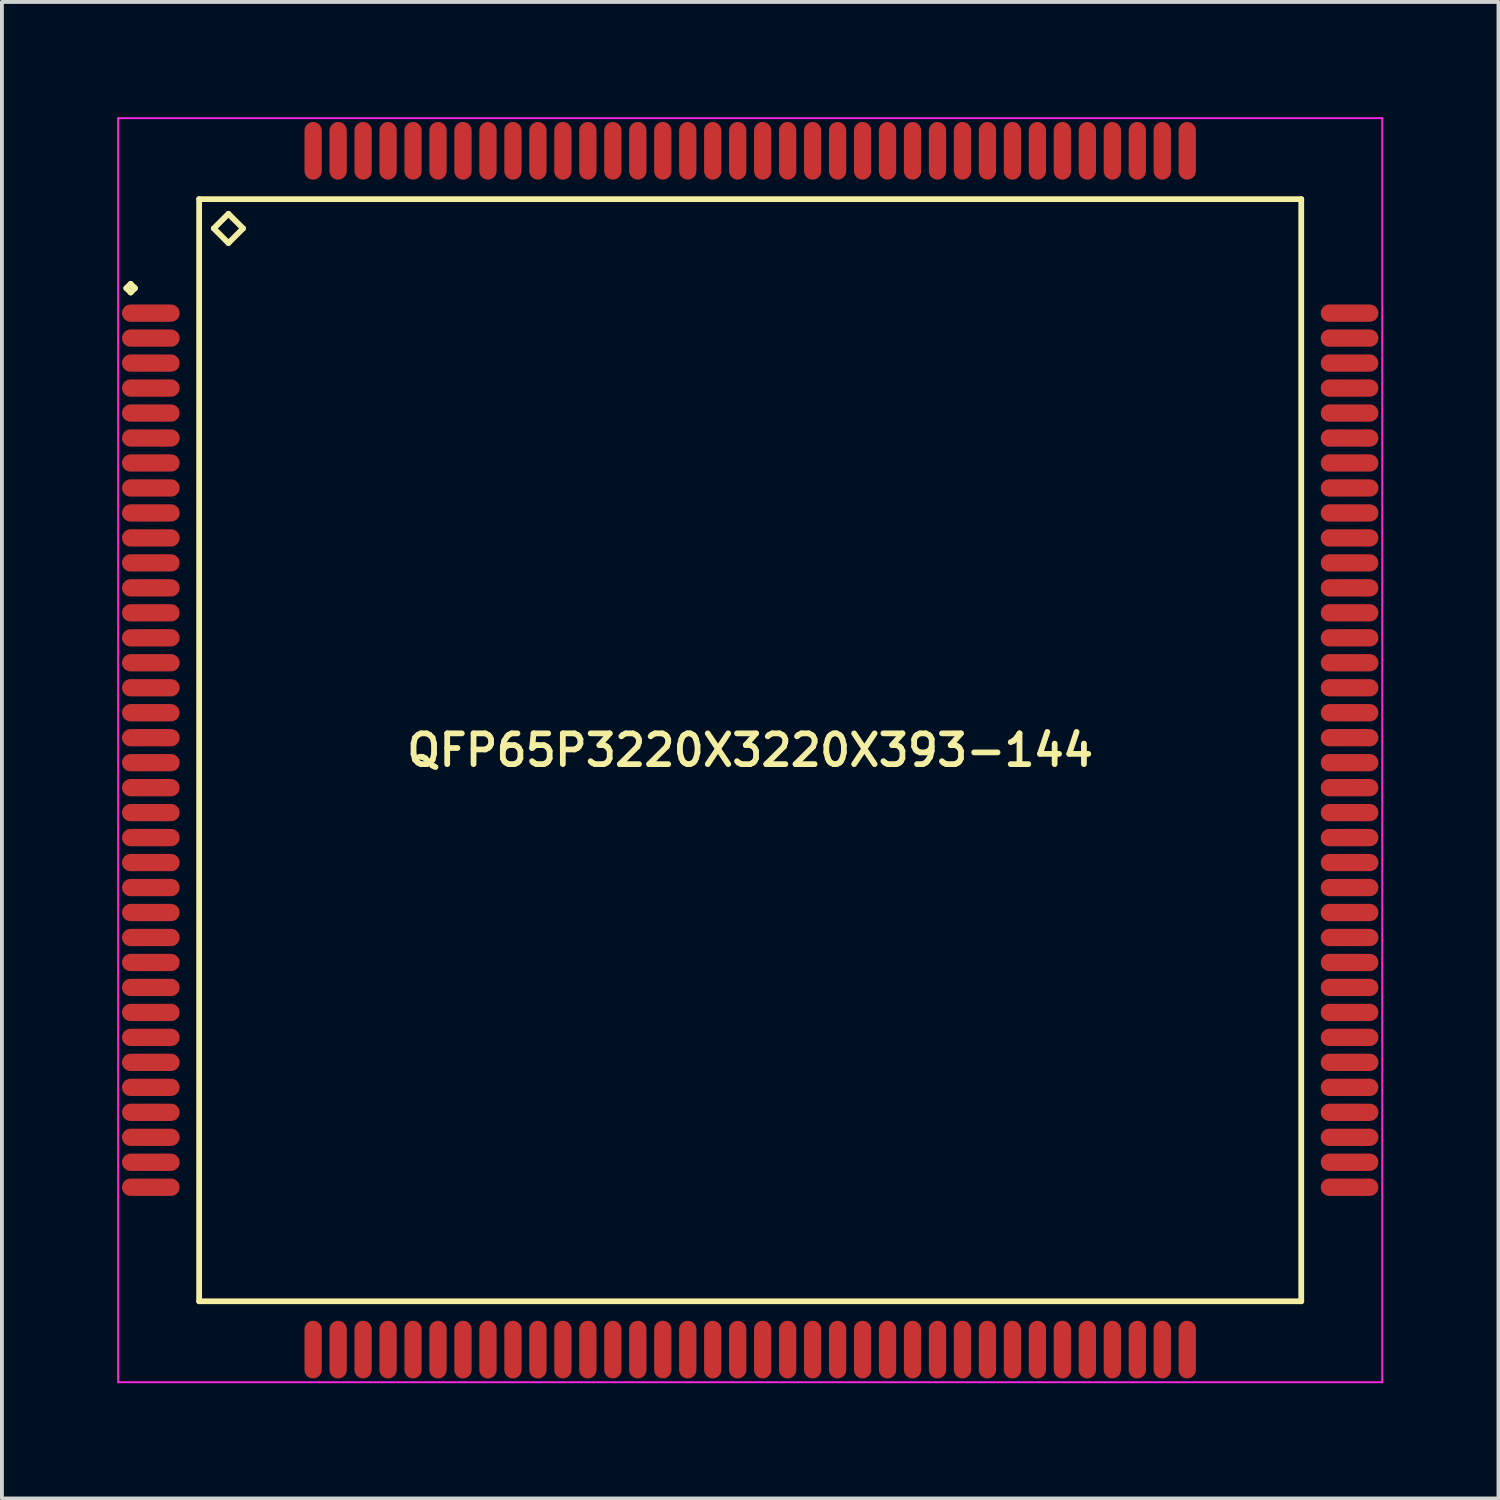
<source format=kicad_pcb>
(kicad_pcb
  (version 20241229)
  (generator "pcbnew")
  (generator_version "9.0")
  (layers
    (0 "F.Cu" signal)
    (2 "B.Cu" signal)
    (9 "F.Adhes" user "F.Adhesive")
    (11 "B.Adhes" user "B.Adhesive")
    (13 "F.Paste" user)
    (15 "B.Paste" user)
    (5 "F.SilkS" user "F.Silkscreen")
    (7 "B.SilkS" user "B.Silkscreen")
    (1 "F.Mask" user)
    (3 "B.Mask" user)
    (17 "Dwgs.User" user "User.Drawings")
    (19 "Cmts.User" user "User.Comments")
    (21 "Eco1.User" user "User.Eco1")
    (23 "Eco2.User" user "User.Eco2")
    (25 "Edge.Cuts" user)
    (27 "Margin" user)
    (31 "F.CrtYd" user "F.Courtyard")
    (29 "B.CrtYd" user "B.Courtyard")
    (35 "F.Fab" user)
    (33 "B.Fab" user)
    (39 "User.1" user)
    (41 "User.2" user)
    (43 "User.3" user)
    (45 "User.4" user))
  (footprint "QFP65P3220X3220X393-144"
    (layer "F.Cu")
    (at 16.475 16.475)
    (property "Reference" "QFP65P3220X3220X393-144" (at 0 0 0) (layer "F.SilkS") (effects (font (size 0.8 0.8) (thickness 0.15))))
    (attr smd)
    (fp_line (start -16.238 -12.025) (end -16.125 -12.137) (stroke (width 0.15) (type solid)) (layer "F.SilkS"))
    (fp_line (start -16.125 -12.137) (end -16.012 -12.025) (stroke (width 0.15) (type solid)) (layer "F.SilkS"))
    (fp_line (start -16.125 -11.912) (end -16.238 -12.025) (stroke (width 0.15) (type solid)) (layer "F.SilkS"))
    (fp_line (start -16.012 -12.025) (end -16.125 -11.912) (stroke (width 0.15) (type solid)) (layer "F.SilkS"))
    (fp_line (start -14.342 -14.342) (end -14.342 14.342) (stroke (width 0.15) (type solid)) (layer "F.SilkS"))
    (fp_line (start -14.342 14.342) (end 14.342 14.342) (stroke (width 0.15) (type solid)) (layer "F.SilkS"))
    (fp_line (start -13.961 -13.58) (end -13.58 -13.961) (stroke (width 0.15) (type solid)) (layer "F.SilkS"))
    (fp_line (start -13.58 -13.961) (end -13.199 -13.58) (stroke (width 0.15) (type solid)) (layer "F.SilkS"))
    (fp_line (start -13.58 -13.199) (end -13.961 -13.58) (stroke (width 0.15) (type solid)) (layer "F.SilkS"))
    (fp_line (start -13.199 -13.58) (end -13.58 -13.199) (stroke (width 0.15) (type solid)) (layer "F.SilkS"))
    (fp_line (start 14.342 -14.342) (end -14.342 -14.342) (stroke (width 0.15) (type solid)) (layer "F.SilkS"))
    (fp_line (start 14.342 14.342) (end 14.342 -14.342) (stroke (width 0.15) (type solid)) (layer "F.SilkS"))
    (fp_line (start -16.45 -16.45) (end 16.45 -16.45) (stroke (width 0.05) (type solid)) (layer "F.CrtYd"))
    (fp_line (start -16.45 16.45) (end -16.45 -16.45) (stroke (width 0.05) (type solid)) (layer "F.CrtYd"))
    (fp_line (start 16.45 -16.45) (end 16.45 16.45) (stroke (width 0.05) (type solid)) (layer "F.CrtYd"))
    (fp_line (start 16.45 16.45) (end -16.45 16.45) (stroke (width 0.05) (type solid)) (layer "F.CrtYd"))
    (pad "1" smd oval (at -15.6 -11.375) (size 1.5 0.45) (layers "F.Cu" "F.Mask" "F.Paste"))
    (pad "2" smd oval (at -15.6 -10.725) (size 1.5 0.45) (layers "F.Cu" "F.Mask" "F.Paste"))
    (pad "3" smd oval (at -15.6 -10.075) (size 1.5 0.45) (layers "F.Cu" "F.Mask" "F.Paste"))
    (pad "4" smd oval (at -15.6 -9.425) (size 1.5 0.45) (layers "F.Cu" "F.Mask" "F.Paste"))
    (pad "5" smd oval (at -15.6 -8.775) (size 1.5 0.45) (layers "F.Cu" "F.Mask" "F.Paste"))
    (pad "6" smd oval (at -15.6 -8.125) (size 1.5 0.45) (layers "F.Cu" "F.Mask" "F.Paste"))
    (pad "7" smd oval (at -15.6 -7.475) (size 1.5 0.45) (layers "F.Cu" "F.Mask" "F.Paste"))
    (pad "8" smd oval (at -15.6 -6.825) (size 1.5 0.45) (layers "F.Cu" "F.Mask" "F.Paste"))
    (pad "9" smd oval (at -15.6 -6.175) (size 1.5 0.45) (layers "F.Cu" "F.Mask" "F.Paste"))
    (pad "10" smd oval (at -15.6 -5.525) (size 1.5 0.45) (layers "F.Cu" "F.Mask" "F.Paste"))
    (pad "11" smd oval (at -15.6 -4.875) (size 1.5 0.45) (layers "F.Cu" "F.Mask" "F.Paste"))
    (pad "12" smd oval (at -15.6 -4.225) (size 1.5 0.45) (layers "F.Cu" "F.Mask" "F.Paste"))
    (pad "13" smd oval (at -15.6 -3.575) (size 1.5 0.45) (layers "F.Cu" "F.Mask" "F.Paste"))
    (pad "14" smd oval (at -15.6 -2.925) (size 1.5 0.45) (layers "F.Cu" "F.Mask" "F.Paste"))
    (pad "15" smd oval (at -15.6 -2.275) (size 1.5 0.45) (layers "F.Cu" "F.Mask" "F.Paste"))
    (pad "16" smd oval (at -15.6 -1.625) (size 1.5 0.45) (layers "F.Cu" "F.Mask" "F.Paste"))
    (pad "17" smd oval (at -15.6 -0.975) (size 1.5 0.45) (layers "F.Cu" "F.Mask" "F.Paste"))
    (pad "18" smd oval (at -15.6 -0.325) (size 1.5 0.45) (layers "F.Cu" "F.Mask" "F.Paste"))
    (pad "19" smd oval (at -15.6 0.325) (size 1.5 0.45) (layers "F.Cu" "F.Mask" "F.Paste"))
    (pad "20" smd oval (at -15.6 0.975) (size 1.5 0.45) (layers "F.Cu" "F.Mask" "F.Paste"))
    (pad "21" smd oval (at -15.6 1.625) (size 1.5 0.45) (layers "F.Cu" "F.Mask" "F.Paste"))
    (pad "22" smd oval (at -15.6 2.275) (size 1.5 0.45) (layers "F.Cu" "F.Mask" "F.Paste"))
    (pad "23" smd oval (at -15.6 2.925) (size 1.5 0.45) (layers "F.Cu" "F.Mask" "F.Paste"))
    (pad "24" smd oval (at -15.6 3.575) (size 1.5 0.45) (layers "F.Cu" "F.Mask" "F.Paste"))
    (pad "25" smd oval (at -15.6 4.225) (size 1.5 0.45) (layers "F.Cu" "F.Mask" "F.Paste"))
    (pad "26" smd oval (at -15.6 4.875) (size 1.5 0.45) (layers "F.Cu" "F.Mask" "F.Paste"))
    (pad "27" smd oval (at -15.6 5.525) (size 1.5 0.45) (layers "F.Cu" "F.Mask" "F.Paste"))
    (pad "28" smd oval (at -15.6 6.175) (size 1.5 0.45) (layers "F.Cu" "F.Mask" "F.Paste"))
    (pad "29" smd oval (at -15.6 6.825) (size 1.5 0.45) (layers "F.Cu" "F.Mask" "F.Paste"))
    (pad "30" smd oval (at -15.6 7.475) (size 1.5 0.45) (layers "F.Cu" "F.Mask" "F.Paste"))
    (pad "31" smd oval (at -15.6 8.125) (size 1.5 0.45) (layers "F.Cu" "F.Mask" "F.Paste"))
    (pad "32" smd oval (at -15.6 8.775) (size 1.5 0.45) (layers "F.Cu" "F.Mask" "F.Paste"))
    (pad "33" smd oval (at -15.6 9.425) (size 1.5 0.45) (layers "F.Cu" "F.Mask" "F.Paste"))
    (pad "34" smd oval (at -15.6 10.075) (size 1.5 0.45) (layers "F.Cu" "F.Mask" "F.Paste"))
    (pad "35" smd oval (at -15.6 10.725) (size 1.5 0.45) (layers "F.Cu" "F.Mask" "F.Paste"))
    (pad "36" smd oval (at -15.6 11.375) (size 1.5 0.45) (layers "F.Cu" "F.Mask" "F.Paste"))
    (pad "37" smd oval (at -11.375 15.6) (size 0.45 1.5) (layers "F.Cu" "F.Mask" "F.Paste"))
    (pad "38" smd oval (at -10.725 15.6) (size 0.45 1.5) (layers "F.Cu" "F.Mask" "F.Paste"))
    (pad "39" smd oval (at -10.075 15.6) (size 0.45 1.5) (layers "F.Cu" "F.Mask" "F.Paste"))
    (pad "40" smd oval (at -9.425 15.6) (size 0.45 1.5) (layers "F.Cu" "F.Mask" "F.Paste"))
    (pad "41" smd oval (at -8.775 15.6) (size 0.45 1.5) (layers "F.Cu" "F.Mask" "F.Paste"))
    (pad "42" smd oval (at -8.125 15.6) (size 0.45 1.5) (layers "F.Cu" "F.Mask" "F.Paste"))
    (pad "43" smd oval (at -7.475 15.6) (size 0.45 1.5) (layers "F.Cu" "F.Mask" "F.Paste"))
    (pad "44" smd oval (at -6.825 15.6) (size 0.45 1.5) (layers "F.Cu" "F.Mask" "F.Paste"))
    (pad "45" smd oval (at -6.175 15.6) (size 0.45 1.5) (layers "F.Cu" "F.Mask" "F.Paste"))
    (pad "46" smd oval (at -5.525 15.6) (size 0.45 1.5) (layers "F.Cu" "F.Mask" "F.Paste"))
    (pad "47" smd oval (at -4.875 15.6) (size 0.45 1.5) (layers "F.Cu" "F.Mask" "F.Paste"))
    (pad "48" smd oval (at -4.225 15.6) (size 0.45 1.5) (layers "F.Cu" "F.Mask" "F.Paste"))
    (pad "49" smd oval (at -3.575 15.6) (size 0.45 1.5) (layers "F.Cu" "F.Mask" "F.Paste"))
    (pad "50" smd oval (at -2.925 15.6) (size 0.45 1.5) (layers "F.Cu" "F.Mask" "F.Paste"))
    (pad "51" smd oval (at -2.275 15.6) (size 0.45 1.5) (layers "F.Cu" "F.Mask" "F.Paste"))
    (pad "52" smd oval (at -1.625 15.6) (size 0.45 1.5) (layers "F.Cu" "F.Mask" "F.Paste"))
    (pad "53" smd oval (at -0.975 15.6) (size 0.45 1.5) (layers "F.Cu" "F.Mask" "F.Paste"))
    (pad "54" smd oval (at -0.325 15.6) (size 0.45 1.5) (layers "F.Cu" "F.Mask" "F.Paste"))
    (pad "55" smd oval (at 0.325 15.6) (size 0.45 1.5) (layers "F.Cu" "F.Mask" "F.Paste"))
    (pad "56" smd oval (at 0.975 15.6) (size 0.45 1.5) (layers "F.Cu" "F.Mask" "F.Paste"))
    (pad "57" smd oval (at 1.625 15.6) (size 0.45 1.5) (layers "F.Cu" "F.Mask" "F.Paste"))
    (pad "58" smd oval (at 2.275 15.6) (size 0.45 1.5) (layers "F.Cu" "F.Mask" "F.Paste"))
    (pad "59" smd oval (at 2.925 15.6) (size 0.45 1.5) (layers "F.Cu" "F.Mask" "F.Paste"))
    (pad "60" smd oval (at 3.575 15.6) (size 0.45 1.5) (layers "F.Cu" "F.Mask" "F.Paste"))
    (pad "61" smd oval (at 4.225 15.6) (size 0.45 1.5) (layers "F.Cu" "F.Mask" "F.Paste"))
    (pad "62" smd oval (at 4.875 15.6) (size 0.45 1.5) (layers "F.Cu" "F.Mask" "F.Paste"))
    (pad "63" smd oval (at 5.525 15.6) (size 0.45 1.5) (layers "F.Cu" "F.Mask" "F.Paste"))
    (pad "64" smd oval (at 6.175 15.6) (size 0.45 1.5) (layers "F.Cu" "F.Mask" "F.Paste"))
    (pad "65" smd oval (at 6.825 15.6) (size 0.45 1.5) (layers "F.Cu" "F.Mask" "F.Paste"))
    (pad "66" smd oval (at 7.475 15.6) (size 0.45 1.5) (layers "F.Cu" "F.Mask" "F.Paste"))
    (pad "67" smd oval (at 8.125 15.6) (size 0.45 1.5) (layers "F.Cu" "F.Mask" "F.Paste"))
    (pad "68" smd oval (at 8.775 15.6) (size 0.45 1.5) (layers "F.Cu" "F.Mask" "F.Paste"))
    (pad "69" smd oval (at 9.425 15.6) (size 0.45 1.5) (layers "F.Cu" "F.Mask" "F.Paste"))
    (pad "70" smd oval (at 10.075 15.6) (size 0.45 1.5) (layers "F.Cu" "F.Mask" "F.Paste"))
    (pad "71" smd oval (at 10.725 15.6) (size 0.45 1.5) (layers "F.Cu" "F.Mask" "F.Paste"))
    (pad "72" smd oval (at 11.375 15.6) (size 0.45 1.5) (layers "F.Cu" "F.Mask" "F.Paste"))
    (pad "73" smd oval (at 15.6 11.375) (size 1.5 0.45) (layers "F.Cu" "F.Mask" "F.Paste"))
    (pad "74" smd oval (at 15.6 10.725) (size 1.5 0.45) (layers "F.Cu" "F.Mask" "F.Paste"))
    (pad "75" smd oval (at 15.6 10.075) (size 1.5 0.45) (layers "F.Cu" "F.Mask" "F.Paste"))
    (pad "76" smd oval (at 15.6 9.425) (size 1.5 0.45) (layers "F.Cu" "F.Mask" "F.Paste"))
    (pad "77" smd oval (at 15.6 8.775) (size 1.5 0.45) (layers "F.Cu" "F.Mask" "F.Paste"))
    (pad "78" smd oval (at 15.6 8.125) (size 1.5 0.45) (layers "F.Cu" "F.Mask" "F.Paste"))
    (pad "79" smd oval (at 15.6 7.475) (size 1.5 0.45) (layers "F.Cu" "F.Mask" "F.Paste"))
    (pad "80" smd oval (at 15.6 6.825) (size 1.5 0.45) (layers "F.Cu" "F.Mask" "F.Paste"))
    (pad "81" smd oval (at 15.6 6.175) (size 1.5 0.45) (layers "F.Cu" "F.Mask" "F.Paste"))
    (pad "82" smd oval (at 15.6 5.525) (size 1.5 0.45) (layers "F.Cu" "F.Mask" "F.Paste"))
    (pad "83" smd oval (at 15.6 4.875) (size 1.5 0.45) (layers "F.Cu" "F.Mask" "F.Paste"))
    (pad "84" smd oval (at 15.6 4.225) (size 1.5 0.45) (layers "F.Cu" "F.Mask" "F.Paste"))
    (pad "85" smd oval (at 15.6 3.575) (size 1.5 0.45) (layers "F.Cu" "F.Mask" "F.Paste"))
    (pad "86" smd oval (at 15.6 2.925) (size 1.5 0.45) (layers "F.Cu" "F.Mask" "F.Paste"))
    (pad "87" smd oval (at 15.6 2.275) (size 1.5 0.45) (layers "F.Cu" "F.Mask" "F.Paste"))
    (pad "88" smd oval (at 15.6 1.625) (size 1.5 0.45) (layers "F.Cu" "F.Mask" "F.Paste"))
    (pad "89" smd oval (at 15.6 0.975) (size 1.5 0.45) (layers "F.Cu" "F.Mask" "F.Paste"))
    (pad "90" smd oval (at 15.6 0.325) (size 1.5 0.45) (layers "F.Cu" "F.Mask" "F.Paste"))
    (pad "91" smd oval (at 15.6 -0.325) (size 1.5 0.45) (layers "F.Cu" "F.Mask" "F.Paste"))
    (pad "92" smd oval (at 15.6 -0.975) (size 1.5 0.45) (layers "F.Cu" "F.Mask" "F.Paste"))
    (pad "93" smd oval (at 15.6 -1.625) (size 1.5 0.45) (layers "F.Cu" "F.Mask" "F.Paste"))
    (pad "94" smd oval (at 15.6 -2.275) (size 1.5 0.45) (layers "F.Cu" "F.Mask" "F.Paste"))
    (pad "95" smd oval (at 15.6 -2.925) (size 1.5 0.45) (layers "F.Cu" "F.Mask" "F.Paste"))
    (pad "96" smd oval (at 15.6 -3.575) (size 1.5 0.45) (layers "F.Cu" "F.Mask" "F.Paste"))
    (pad "97" smd oval (at 15.6 -4.225) (size 1.5 0.45) (layers "F.Cu" "F.Mask" "F.Paste"))
    (pad "98" smd oval (at 15.6 -4.875) (size 1.5 0.45) (layers "F.Cu" "F.Mask" "F.Paste"))
    (pad "99" smd oval (at 15.6 -5.525) (size 1.5 0.45) (layers "F.Cu" "F.Mask" "F.Paste"))
    (pad "100" smd oval (at 15.6 -6.175) (size 1.5 0.45) (layers "F.Cu" "F.Mask" "F.Paste"))
    (pad "101" smd oval (at 15.6 -6.825) (size 1.5 0.45) (layers "F.Cu" "F.Mask" "F.Paste"))
    (pad "102" smd oval (at 15.6 -7.475) (size 1.5 0.45) (layers "F.Cu" "F.Mask" "F.Paste"))
    (pad "103" smd oval (at 15.6 -8.125) (size 1.5 0.45) (layers "F.Cu" "F.Mask" "F.Paste"))
    (pad "104" smd oval (at 15.6 -8.775) (size 1.5 0.45) (layers "F.Cu" "F.Mask" "F.Paste"))
    (pad "105" smd oval (at 15.6 -9.425) (size 1.5 0.45) (layers "F.Cu" "F.Mask" "F.Paste"))
    (pad "106" smd oval (at 15.6 -10.075) (size 1.5 0.45) (layers "F.Cu" "F.Mask" "F.Paste"))
    (pad "107" smd oval (at 15.6 -10.725) (size 1.5 0.45) (layers "F.Cu" "F.Mask" "F.Paste"))
    (pad "108" smd oval (at 15.6 -11.375) (size 1.5 0.45) (layers "F.Cu" "F.Mask" "F.Paste"))
    (pad "109" smd oval (at 11.375 -15.6) (size 0.45 1.5) (layers "F.Cu" "F.Mask" "F.Paste"))
    (pad "110" smd oval (at 10.725 -15.6) (size 0.45 1.5) (layers "F.Cu" "F.Mask" "F.Paste"))
    (pad "111" smd oval (at 10.075 -15.6) (size 0.45 1.5) (layers "F.Cu" "F.Mask" "F.Paste"))
    (pad "112" smd oval (at 9.425 -15.6) (size 0.45 1.5) (layers "F.Cu" "F.Mask" "F.Paste"))
    (pad "113" smd oval (at 8.775 -15.6) (size 0.45 1.5) (layers "F.Cu" "F.Mask" "F.Paste"))
    (pad "114" smd oval (at 8.125 -15.6) (size 0.45 1.5) (layers "F.Cu" "F.Mask" "F.Paste"))
    (pad "115" smd oval (at 7.475 -15.6) (size 0.45 1.5) (layers "F.Cu" "F.Mask" "F.Paste"))
    (pad "116" smd oval (at 6.825 -15.6) (size 0.45 1.5) (layers "F.Cu" "F.Mask" "F.Paste"))
    (pad "117" smd oval (at 6.175 -15.6) (size 0.45 1.5) (layers "F.Cu" "F.Mask" "F.Paste"))
    (pad "118" smd oval (at 5.525 -15.6) (size 0.45 1.5) (layers "F.Cu" "F.Mask" "F.Paste"))
    (pad "119" smd oval (at 4.875 -15.6) (size 0.45 1.5) (layers "F.Cu" "F.Mask" "F.Paste"))
    (pad "120" smd oval (at 4.225 -15.6) (size 0.45 1.5) (layers "F.Cu" "F.Mask" "F.Paste"))
    (pad "121" smd oval (at 3.575 -15.6) (size 0.45 1.5) (layers "F.Cu" "F.Mask" "F.Paste"))
    (pad "122" smd oval (at 2.925 -15.6) (size 0.45 1.5) (layers "F.Cu" "F.Mask" "F.Paste"))
    (pad "123" smd oval (at 2.275 -15.6) (size 0.45 1.5) (layers "F.Cu" "F.Mask" "F.Paste"))
    (pad "124" smd oval (at 1.625 -15.6) (size 0.45 1.5) (layers "F.Cu" "F.Mask" "F.Paste"))
    (pad "125" smd oval (at 0.975 -15.6) (size 0.45 1.5) (layers "F.Cu" "F.Mask" "F.Paste"))
    (pad "126" smd oval (at 0.325 -15.6) (size 0.45 1.5) (layers "F.Cu" "F.Mask" "F.Paste"))
    (pad "127" smd oval (at -0.325 -15.6) (size 0.45 1.5) (layers "F.Cu" "F.Mask" "F.Paste"))
    (pad "128" smd oval (at -0.975 -15.6) (size 0.45 1.5) (layers "F.Cu" "F.Mask" "F.Paste"))
    (pad "129" smd oval (at -1.625 -15.6) (size 0.45 1.5) (layers "F.Cu" "F.Mask" "F.Paste"))
    (pad "130" smd oval (at -2.275 -15.6) (size 0.45 1.5) (layers "F.Cu" "F.Mask" "F.Paste"))
    (pad "131" smd oval (at -2.925 -15.6) (size 0.45 1.5) (layers "F.Cu" "F.Mask" "F.Paste"))
    (pad "132" smd oval (at -3.575 -15.6) (size 0.45 1.5) (layers "F.Cu" "F.Mask" "F.Paste"))
    (pad "133" smd oval (at -4.225 -15.6) (size 0.45 1.5) (layers "F.Cu" "F.Mask" "F.Paste"))
    (pad "134" smd oval (at -4.875 -15.6) (size 0.45 1.5) (layers "F.Cu" "F.Mask" "F.Paste"))
    (pad "135" smd oval (at -5.525 -15.6) (size 0.45 1.5) (layers "F.Cu" "F.Mask" "F.Paste"))
    (pad "136" smd oval (at -6.175 -15.6) (size 0.45 1.5) (layers "F.Cu" "F.Mask" "F.Paste"))
    (pad "137" smd oval (at -6.825 -15.6) (size 0.45 1.5) (layers "F.Cu" "F.Mask" "F.Paste"))
    (pad "138" smd oval (at -7.475 -15.6) (size 0.45 1.5) (layers "F.Cu" "F.Mask" "F.Paste"))
    (pad "139" smd oval (at -8.125 -15.6) (size 0.45 1.5) (layers "F.Cu" "F.Mask" "F.Paste"))
    (pad "140" smd oval (at -8.775 -15.6) (size 0.45 1.5) (layers "F.Cu" "F.Mask" "F.Paste"))
    (pad "141" smd oval (at -9.425 -15.6) (size 0.45 1.5) (layers "F.Cu" "F.Mask" "F.Paste"))
    (pad "142" smd oval (at -10.075 -15.6) (size 0.45 1.5) (layers "F.Cu" "F.Mask" "F.Paste"))
    (pad "143" smd oval (at -10.725 -15.6) (size 0.45 1.5) (layers "F.Cu" "F.Mask" "F.Paste"))
    (pad "144" smd oval (at -11.375 -15.6) (size 0.45 1.5) (layers "F.Cu" "F.Mask" "F.Paste")))
  (gr_rect
    (start -3 -3)
    (end 35.95 35.95)
    (stroke (width 0.1) (type default))
    (fill no)
    (layer "Edge.Cuts")))
</source>
